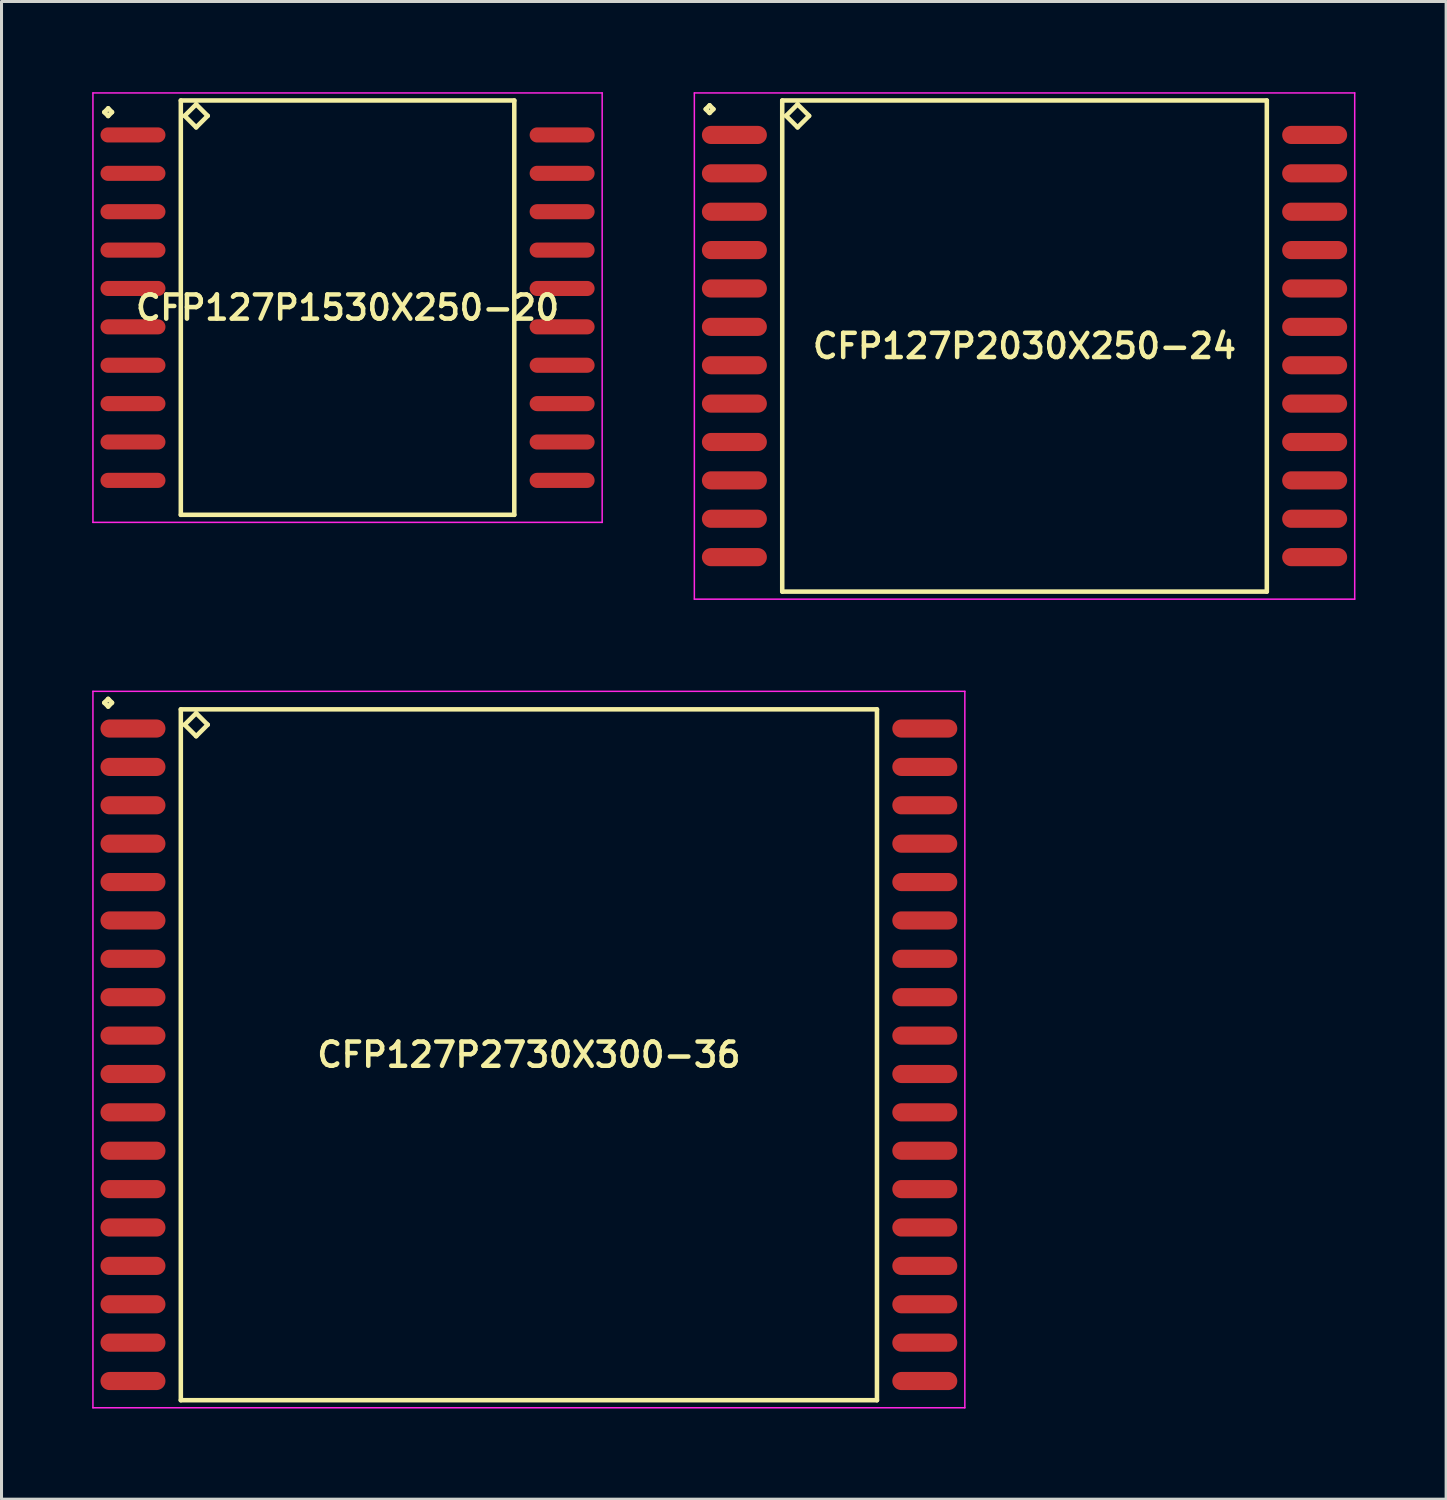
<source format=kicad_pcb>
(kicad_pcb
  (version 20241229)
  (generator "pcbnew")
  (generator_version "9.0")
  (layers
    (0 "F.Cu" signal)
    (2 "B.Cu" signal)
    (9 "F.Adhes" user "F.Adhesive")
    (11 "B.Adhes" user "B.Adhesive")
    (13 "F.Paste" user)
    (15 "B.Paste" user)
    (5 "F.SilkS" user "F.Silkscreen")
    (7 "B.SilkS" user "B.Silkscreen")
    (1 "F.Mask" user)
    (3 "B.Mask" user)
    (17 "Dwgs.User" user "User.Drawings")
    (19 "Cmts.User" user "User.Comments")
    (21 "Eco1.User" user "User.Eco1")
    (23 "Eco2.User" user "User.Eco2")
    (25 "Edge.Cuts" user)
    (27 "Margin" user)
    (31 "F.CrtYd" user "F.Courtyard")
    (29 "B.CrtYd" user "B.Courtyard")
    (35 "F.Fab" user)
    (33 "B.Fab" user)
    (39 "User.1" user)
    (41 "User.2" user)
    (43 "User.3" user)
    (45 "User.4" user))
  (footprint "CFP127P1530X250-20"
    (layer "F.Cu")
    (at 8.45 7.13)
    (property "Reference" "CFP127P1530X250-20" (at 0 0 0) (layer "F.SilkS") (effects (font (size 0.8 0.8) (thickness 0.15))))
    (attr smd)
    (fp_line (start -8.048 -6.469) (end -7.921 -6.596) (stroke (width 0.15) (type solid)) (layer "F.SilkS"))
    (fp_line (start -7.921 -6.596) (end -7.794 -6.469) (stroke (width 0.15) (type solid)) (layer "F.SilkS"))
    (fp_line (start -7.921 -6.342) (end -8.048 -6.469) (stroke (width 0.15) (type solid)) (layer "F.SilkS"))
    (fp_line (start -7.794 -6.469) (end -7.921 -6.342) (stroke (width 0.15) (type solid)) (layer "F.SilkS"))
    (fp_line (start -5.517 -6.855) (end -5.517 6.855) (stroke (width 0.15) (type solid)) (layer "F.SilkS"))
    (fp_line (start -5.517 6.855) (end 5.517 6.855) (stroke (width 0.15) (type solid)) (layer "F.SilkS"))
    (fp_line (start -5.39 -6.347) (end -5.009 -6.728) (stroke (width 0.15) (type solid)) (layer "F.SilkS"))
    (fp_line (start -5.009 -6.728) (end -4.628 -6.347) (stroke (width 0.15) (type solid)) (layer "F.SilkS"))
    (fp_line (start -5.009 -5.966) (end -5.39 -6.347) (stroke (width 0.15) (type solid)) (layer "F.SilkS"))
    (fp_line (start -4.628 -6.347) (end -5.009 -5.966) (stroke (width 0.15) (type solid)) (layer "F.SilkS"))
    (fp_line (start 5.517 -6.855) (end -5.517 -6.855) (stroke (width 0.15) (type solid)) (layer "F.SilkS"))
    (fp_line (start 5.517 6.855) (end 5.517 -6.855) (stroke (width 0.15) (type solid)) (layer "F.SilkS"))
    (fp_line (start -8.425 -7.105) (end 8.425 -7.105) (stroke (width 0.05) (type solid)) (layer "F.CrtYd"))
    (fp_line (start -8.425 7.105) (end -8.425 -7.105) (stroke (width 0.05) (type solid)) (layer "F.CrtYd"))
    (fp_line (start 8.425 -7.105) (end 8.425 7.105) (stroke (width 0.05) (type solid)) (layer "F.CrtYd"))
    (fp_line (start 8.425 7.105) (end -8.425 7.105) (stroke (width 0.05) (type solid)) (layer "F.CrtYd"))
    (pad "1" smd oval (at -7.1 -5.715) (size 2.15 0.5) (layers "F.Cu" "F.Mask" "F.Paste"))
    (pad "2" smd oval (at -7.1 -4.445) (size 2.15 0.5) (layers "F.Cu" "F.Mask" "F.Paste"))
    (pad "3" smd oval (at -7.1 -3.175) (size 2.15 0.5) (layers "F.Cu" "F.Mask" "F.Paste"))
    (pad "4" smd oval (at -7.1 -1.905) (size 2.15 0.5) (layers "F.Cu" "F.Mask" "F.Paste"))
    (pad "5" smd oval (at -7.1 -0.635) (size 2.15 0.5) (layers "F.Cu" "F.Mask" "F.Paste"))
    (pad "6" smd oval (at -7.1 0.635) (size 2.15 0.5) (layers "F.Cu" "F.Mask" "F.Paste"))
    (pad "7" smd oval (at -7.1 1.905) (size 2.15 0.5) (layers "F.Cu" "F.Mask" "F.Paste"))
    (pad "8" smd oval (at -7.1 3.175) (size 2.15 0.5) (layers "F.Cu" "F.Mask" "F.Paste"))
    (pad "9" smd oval (at -7.1 4.445) (size 2.15 0.5) (layers "F.Cu" "F.Mask" "F.Paste"))
    (pad "10" smd oval (at -7.1 5.715) (size 2.15 0.5) (layers "F.Cu" "F.Mask" "F.Paste"))
    (pad "11" smd oval (at 7.1 5.715) (size 2.15 0.5) (layers "F.Cu" "F.Mask" "F.Paste"))
    (pad "12" smd oval (at 7.1 4.445) (size 2.15 0.5) (layers "F.Cu" "F.Mask" "F.Paste"))
    (pad "13" smd oval (at 7.1 3.175) (size 2.15 0.5) (layers "F.Cu" "F.Mask" "F.Paste"))
    (pad "14" smd oval (at 7.1 1.905) (size 2.15 0.5) (layers "F.Cu" "F.Mask" "F.Paste"))
    (pad "15" smd oval (at 7.1 0.635) (size 2.15 0.5) (layers "F.Cu" "F.Mask" "F.Paste"))
    (pad "16" smd oval (at 7.1 -0.635) (size 2.15 0.5) (layers "F.Cu" "F.Mask" "F.Paste"))
    (pad "17" smd oval (at 7.1 -1.905) (size 2.15 0.5) (layers "F.Cu" "F.Mask" "F.Paste"))
    (pad "18" smd oval (at 7.1 -3.175) (size 2.15 0.5) (layers "F.Cu" "F.Mask" "F.Paste"))
    (pad "19" smd oval (at 7.1 -4.445) (size 2.15 0.5) (layers "F.Cu" "F.Mask" "F.Paste"))
    (pad "20" smd oval (at 7.1 -5.715) (size 2.15 0.5) (layers "F.Cu" "F.Mask" "F.Paste")))
  (footprint "CFP127P2730X300-36"
    (layer "F.Cu")
    (at 14.45 31.851)
    (property "Reference" "CFP127P2730X300-36" (at 0 0 0) (layer "F.SilkS") (effects (font (size 0.8 0.8) (thickness 0.15))))
    (attr smd)
    (fp_line (start -14.048 -11.649) (end -13.921 -11.776) (stroke (width 0.15) (type solid)) (layer "F.SilkS"))
    (fp_line (start -13.921 -11.776) (end -13.794 -11.649) (stroke (width 0.15) (type solid)) (layer "F.SilkS"))
    (fp_line (start -13.921 -11.522) (end -14.048 -11.649) (stroke (width 0.15) (type solid)) (layer "F.SilkS"))
    (fp_line (start -13.794 -11.649) (end -13.921 -11.522) (stroke (width 0.15) (type solid)) (layer "F.SilkS"))
    (fp_line (start -11.517 -11.43) (end -11.517 11.43) (stroke (width 0.15) (type solid)) (layer "F.SilkS"))
    (fp_line (start -11.517 11.43) (end 11.517 11.43) (stroke (width 0.15) (type solid)) (layer "F.SilkS"))
    (fp_line (start -11.39 -10.922) (end -11.009 -11.303) (stroke (width 0.15) (type solid)) (layer "F.SilkS"))
    (fp_line (start -11.009 -11.303) (end -10.628 -10.922) (stroke (width 0.15) (type solid)) (layer "F.SilkS"))
    (fp_line (start -11.009 -10.541) (end -11.39 -10.922) (stroke (width 0.15) (type solid)) (layer "F.SilkS"))
    (fp_line (start -10.628 -10.922) (end -11.009 -10.541) (stroke (width 0.15) (type solid)) (layer "F.SilkS"))
    (fp_line (start 11.517 -11.43) (end -11.517 -11.43) (stroke (width 0.15) (type solid)) (layer "F.SilkS"))
    (fp_line (start 11.517 11.43) (end 11.517 -11.43) (stroke (width 0.15) (type solid)) (layer "F.SilkS"))
    (fp_line (start -14.425 -12.026) (end 14.425 -12.026) (stroke (width 0.05) (type solid)) (layer "F.CrtYd"))
    (fp_line (start -14.425 11.68) (end -14.425 -12.026) (stroke (width 0.05) (type solid)) (layer "F.CrtYd"))
    (fp_line (start 14.425 -12.026) (end 14.425 11.68) (stroke (width 0.05) (type solid)) (layer "F.CrtYd"))
    (fp_line (start 14.425 11.68) (end -14.425 11.68) (stroke (width 0.05) (type solid)) (layer "F.CrtYd"))
    (pad "1" smd oval (at -13.1 -10.795) (size 2.15 0.6) (layers "F.Cu" "F.Mask" "F.Paste"))
    (pad "2" smd oval (at -13.1 -9.525) (size 2.15 0.6) (layers "F.Cu" "F.Mask" "F.Paste"))
    (pad "3" smd oval (at -13.1 -8.255) (size 2.15 0.6) (layers "F.Cu" "F.Mask" "F.Paste"))
    (pad "4" smd oval (at -13.1 -6.985) (size 2.15 0.6) (layers "F.Cu" "F.Mask" "F.Paste"))
    (pad "5" smd oval (at -13.1 -5.715) (size 2.15 0.6) (layers "F.Cu" "F.Mask" "F.Paste"))
    (pad "6" smd oval (at -13.1 -4.445) (size 2.15 0.6) (layers "F.Cu" "F.Mask" "F.Paste"))
    (pad "7" smd oval (at -13.1 -3.175) (size 2.15 0.6) (layers "F.Cu" "F.Mask" "F.Paste"))
    (pad "8" smd oval (at -13.1 -1.905) (size 2.15 0.6) (layers "F.Cu" "F.Mask" "F.Paste"))
    (pad "9" smd oval (at -13.1 -0.635) (size 2.15 0.6) (layers "F.Cu" "F.Mask" "F.Paste"))
    (pad "10" smd oval (at -13.1 0.635) (size 2.15 0.6) (layers "F.Cu" "F.Mask" "F.Paste"))
    (pad "11" smd oval (at -13.1 1.905) (size 2.15 0.6) (layers "F.Cu" "F.Mask" "F.Paste"))
    (pad "12" smd oval (at -13.1 3.175) (size 2.15 0.6) (layers "F.Cu" "F.Mask" "F.Paste"))
    (pad "13" smd oval (at -13.1 4.445) (size 2.15 0.6) (layers "F.Cu" "F.Mask" "F.Paste"))
    (pad "14" smd oval (at -13.1 5.715) (size 2.15 0.6) (layers "F.Cu" "F.Mask" "F.Paste"))
    (pad "15" smd oval (at -13.1 6.985) (size 2.15 0.6) (layers "F.Cu" "F.Mask" "F.Paste"))
    (pad "16" smd oval (at -13.1 8.255) (size 2.15 0.6) (layers "F.Cu" "F.Mask" "F.Paste"))
    (pad "17" smd oval (at -13.1 9.525) (size 2.15 0.6) (layers "F.Cu" "F.Mask" "F.Paste"))
    (pad "18" smd oval (at -13.1 10.795) (size 2.15 0.6) (layers "F.Cu" "F.Mask" "F.Paste"))
    (pad "19" smd oval (at 13.1 10.795) (size 2.15 0.6) (layers "F.Cu" "F.Mask" "F.Paste"))
    (pad "20" smd oval (at 13.1 9.525) (size 2.15 0.6) (layers "F.Cu" "F.Mask" "F.Paste"))
    (pad "21" smd oval (at 13.1 8.255) (size 2.15 0.6) (layers "F.Cu" "F.Mask" "F.Paste"))
    (pad "22" smd oval (at 13.1 6.985) (size 2.15 0.6) (layers "F.Cu" "F.Mask" "F.Paste"))
    (pad "23" smd oval (at 13.1 5.715) (size 2.15 0.6) (layers "F.Cu" "F.Mask" "F.Paste"))
    (pad "24" smd oval (at 13.1 4.445) (size 2.15 0.6) (layers "F.Cu" "F.Mask" "F.Paste"))
    (pad "25" smd oval (at 13.1 3.175) (size 2.15 0.6) (layers "F.Cu" "F.Mask" "F.Paste"))
    (pad "26" smd oval (at 13.1 1.905) (size 2.15 0.6) (layers "F.Cu" "F.Mask" "F.Paste"))
    (pad "27" smd oval (at 13.1 0.635) (size 2.15 0.6) (layers "F.Cu" "F.Mask" "F.Paste"))
    (pad "28" smd oval (at 13.1 -0.635) (size 2.15 0.6) (layers "F.Cu" "F.Mask" "F.Paste"))
    (pad "29" smd oval (at 13.1 -1.905) (size 2.15 0.6) (layers "F.Cu" "F.Mask" "F.Paste"))
    (pad "30" smd oval (at 13.1 -3.175) (size 2.15 0.6) (layers "F.Cu" "F.Mask" "F.Paste"))
    (pad "31" smd oval (at 13.1 -4.445) (size 2.15 0.6) (layers "F.Cu" "F.Mask" "F.Paste"))
    (pad "32" smd oval (at 13.1 -5.715) (size 2.15 0.6) (layers "F.Cu" "F.Mask" "F.Paste"))
    (pad "33" smd oval (at 13.1 -6.985) (size 2.15 0.6) (layers "F.Cu" "F.Mask" "F.Paste"))
    (pad "34" smd oval (at 13.1 -8.255) (size 2.15 0.6) (layers "F.Cu" "F.Mask" "F.Paste"))
    (pad "35" smd oval (at 13.1 -9.525) (size 2.15 0.6) (layers "F.Cu" "F.Mask" "F.Paste"))
    (pad "36" smd oval (at 13.1 -10.795) (size 2.15 0.6) (layers "F.Cu" "F.Mask" "F.Paste")))
  (footprint "CFP127P2030X250-24"
    (layer "F.Cu")
    (at 30.85 8.4)
    (property "Reference" "CFP127P2030X250-24" (at 0 0 0) (layer "F.SilkS") (effects (font (size 0.8 0.8) (thickness 0.15))))
    (attr smd)
    (fp_line (start -10.548 -7.839) (end -10.421 -7.966) (stroke (width 0.15) (type solid)) (layer "F.SilkS"))
    (fp_line (start -10.421 -7.966) (end -10.294 -7.839) (stroke (width 0.15) (type solid)) (layer "F.SilkS"))
    (fp_line (start -10.421 -7.712) (end -10.548 -7.839) (stroke (width 0.15) (type solid)) (layer "F.SilkS"))
    (fp_line (start -10.294 -7.839) (end -10.421 -7.712) (stroke (width 0.15) (type solid)) (layer "F.SilkS"))
    (fp_line (start -8.017 -8.125) (end -8.017 8.125) (stroke (width 0.15) (type solid)) (layer "F.SilkS"))
    (fp_line (start -8.017 8.125) (end 8.017 8.125) (stroke (width 0.15) (type solid)) (layer "F.SilkS"))
    (fp_line (start -7.89 -7.617) (end -7.509 -7.998) (stroke (width 0.15) (type solid)) (layer "F.SilkS"))
    (fp_line (start -7.509 -7.998) (end -7.128 -7.617) (stroke (width 0.15) (type solid)) (layer "F.SilkS"))
    (fp_line (start -7.509 -7.236) (end -7.89 -7.617) (stroke (width 0.15) (type solid)) (layer "F.SilkS"))
    (fp_line (start -7.128 -7.617) (end -7.509 -7.236) (stroke (width 0.15) (type solid)) (layer "F.SilkS"))
    (fp_line (start 8.017 -8.125) (end -8.017 -8.125) (stroke (width 0.15) (type solid)) (layer "F.SilkS"))
    (fp_line (start 8.017 8.125) (end 8.017 -8.125) (stroke (width 0.15) (type solid)) (layer "F.SilkS"))
    (fp_line (start -10.925 -8.375) (end 10.925 -8.375) (stroke (width 0.05) (type solid)) (layer "F.CrtYd"))
    (fp_line (start -10.925 8.375) (end -10.925 -8.375) (stroke (width 0.05) (type solid)) (layer "F.CrtYd"))
    (fp_line (start 10.925 -8.375) (end 10.925 8.375) (stroke (width 0.05) (type solid)) (layer "F.CrtYd"))
    (fp_line (start 10.925 8.375) (end -10.925 8.375) (stroke (width 0.05) (type solid)) (layer "F.CrtYd"))
    (pad "1" smd oval (at -9.6 -6.985) (size 2.15 0.6) (layers "F.Cu" "F.Mask" "F.Paste"))
    (pad "2" smd oval (at -9.6 -5.715) (size 2.15 0.6) (layers "F.Cu" "F.Mask" "F.Paste"))
    (pad "3" smd oval (at -9.6 -4.445) (size 2.15 0.6) (layers "F.Cu" "F.Mask" "F.Paste"))
    (pad "4" smd oval (at -9.6 -3.175) (size 2.15 0.6) (layers "F.Cu" "F.Mask" "F.Paste"))
    (pad "5" smd oval (at -9.6 -1.905) (size 2.15 0.6) (layers "F.Cu" "F.Mask" "F.Paste"))
    (pad "6" smd oval (at -9.6 -0.635) (size 2.15 0.6) (layers "F.Cu" "F.Mask" "F.Paste"))
    (pad "7" smd oval (at -9.6 0.635) (size 2.15 0.6) (layers "F.Cu" "F.Mask" "F.Paste"))
    (pad "8" smd oval (at -9.6 1.905) (size 2.15 0.6) (layers "F.Cu" "F.Mask" "F.Paste"))
    (pad "9" smd oval (at -9.6 3.175) (size 2.15 0.6) (layers "F.Cu" "F.Mask" "F.Paste"))
    (pad "10" smd oval (at -9.6 4.445) (size 2.15 0.6) (layers "F.Cu" "F.Mask" "F.Paste"))
    (pad "11" smd oval (at -9.6 5.715) (size 2.15 0.6) (layers "F.Cu" "F.Mask" "F.Paste"))
    (pad "12" smd oval (at -9.6 6.985) (size 2.15 0.6) (layers "F.Cu" "F.Mask" "F.Paste"))
    (pad "13" smd oval (at 9.6 6.985) (size 2.15 0.6) (layers "F.Cu" "F.Mask" "F.Paste"))
    (pad "14" smd oval (at 9.6 5.715) (size 2.15 0.6) (layers "F.Cu" "F.Mask" "F.Paste"))
    (pad "15" smd oval (at 9.6 4.445) (size 2.15 0.6) (layers "F.Cu" "F.Mask" "F.Paste"))
    (pad "16" smd oval (at 9.6 3.175) (size 2.15 0.6) (layers "F.Cu" "F.Mask" "F.Paste"))
    (pad "17" smd oval (at 9.6 1.905) (size 2.15 0.6) (layers "F.Cu" "F.Mask" "F.Paste"))
    (pad "18" smd oval (at 9.6 0.635) (size 2.15 0.6) (layers "F.Cu" "F.Mask" "F.Paste"))
    (pad "19" smd oval (at 9.6 -0.635) (size 2.15 0.6) (layers "F.Cu" "F.Mask" "F.Paste"))
    (pad "20" smd oval (at 9.6 -1.905) (size 2.15 0.6) (layers "F.Cu" "F.Mask" "F.Paste"))
    (pad "21" smd oval (at 9.6 -3.175) (size 2.15 0.6) (layers "F.Cu" "F.Mask" "F.Paste"))
    (pad "22" smd oval (at 9.6 -4.445) (size 2.15 0.6) (layers "F.Cu" "F.Mask" "F.Paste"))
    (pad "23" smd oval (at 9.6 -5.715) (size 2.15 0.6) (layers "F.Cu" "F.Mask" "F.Paste"))
    (pad "24" smd oval (at 9.6 -6.985) (size 2.15 0.6) (layers "F.Cu" "F.Mask" "F.Paste")))
  (gr_rect
    (start -3 -3)
    (end 44.8 46.556)
    (stroke (width 0.1) (type default))
    (fill no)
    (layer "Edge.Cuts")))
</source>
